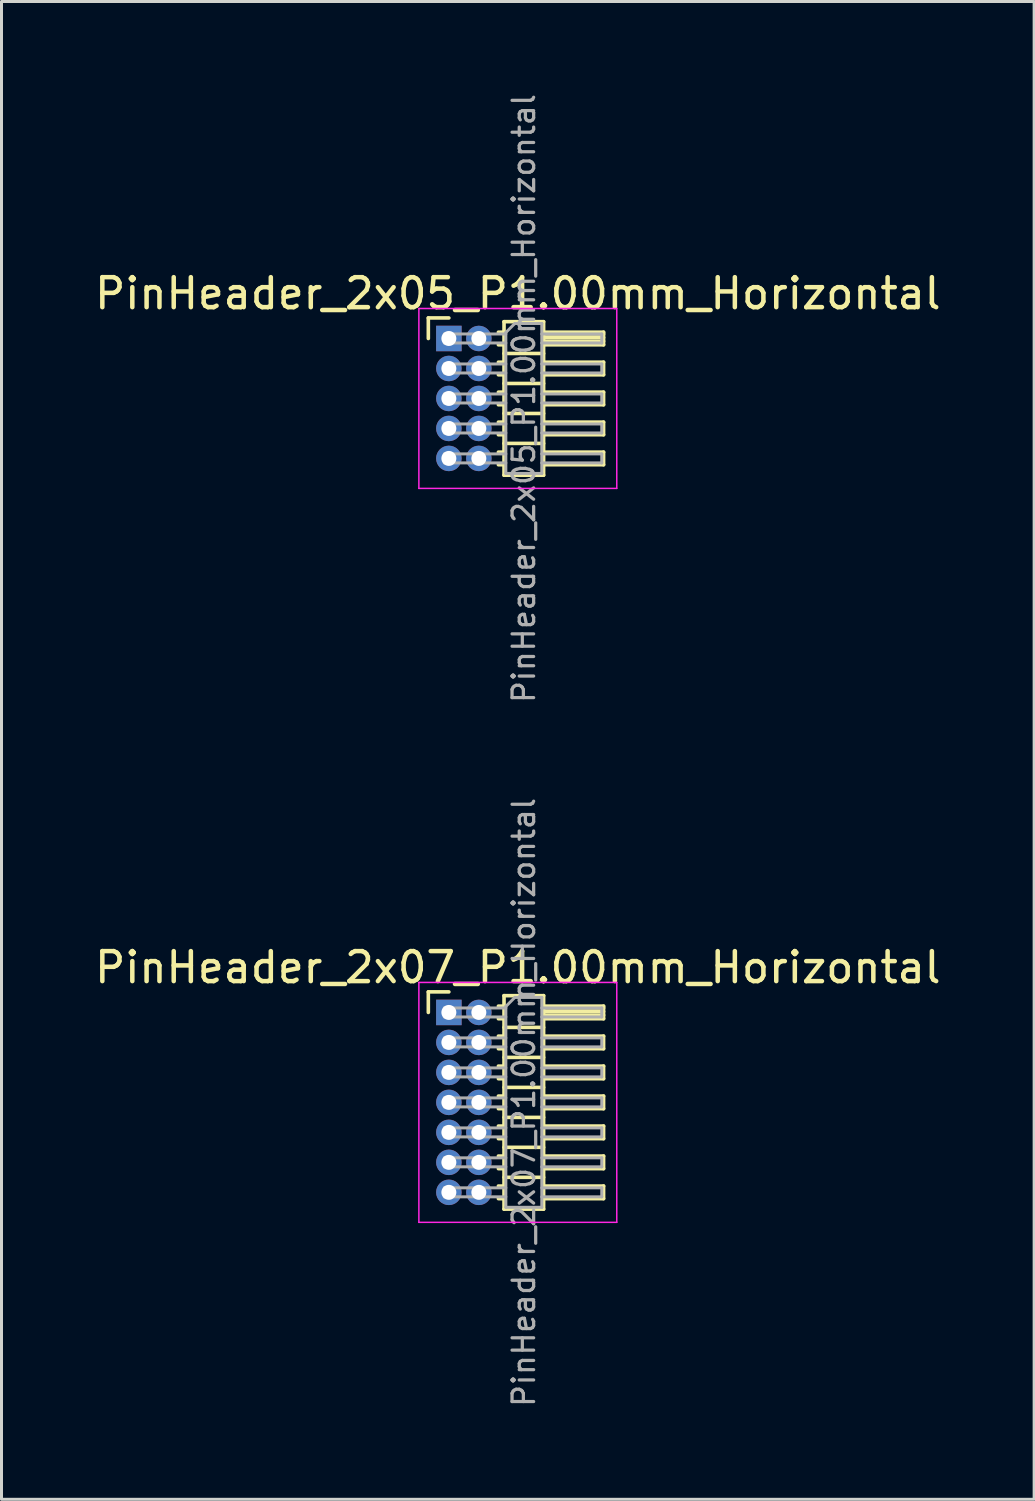
<source format=kicad_pcb>
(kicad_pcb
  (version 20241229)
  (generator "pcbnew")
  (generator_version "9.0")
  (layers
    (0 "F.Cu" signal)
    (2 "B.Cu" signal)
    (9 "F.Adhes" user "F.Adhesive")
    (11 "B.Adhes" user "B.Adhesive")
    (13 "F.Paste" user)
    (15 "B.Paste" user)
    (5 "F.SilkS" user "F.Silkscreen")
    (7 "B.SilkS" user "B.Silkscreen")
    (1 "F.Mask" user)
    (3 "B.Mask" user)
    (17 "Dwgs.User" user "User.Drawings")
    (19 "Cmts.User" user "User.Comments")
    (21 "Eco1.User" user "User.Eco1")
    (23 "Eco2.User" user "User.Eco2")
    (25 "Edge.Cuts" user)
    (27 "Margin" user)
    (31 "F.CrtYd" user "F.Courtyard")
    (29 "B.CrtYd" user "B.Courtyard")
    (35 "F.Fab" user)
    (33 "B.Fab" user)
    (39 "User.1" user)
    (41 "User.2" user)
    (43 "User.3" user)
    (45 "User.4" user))
  (footprint "PinHeader_2x05_P1.00mm_Horizontal"
    (layer "F.Cu")
    (at 11.92 8.239)
    (property "Reference" "PinHeader_2x05_P1.00mm_Horizontal" (at 2.3 -1.5 0) (layer "F.SilkS") (effects (font (size 1 1) (thickness 0.15))))
    (attr through_hole)
    (fp_line (start -0.685 -0.685) (end 0 -0.685) (stroke (width 0.12) (type solid)) (layer "F.SilkS"))
    (fp_line (start -0.685 0) (end -0.685 -0.685) (stroke (width 0.12) (type solid)) (layer "F.SilkS"))
    (fp_line (start 1.652 -0.21) (end 1.84 -0.21) (stroke (width 0.12) (type solid)) (layer "F.SilkS"))
    (fp_line (start 1.652 0.21) (end 1.84 0.21) (stroke (width 0.12) (type solid)) (layer "F.SilkS"))
    (fp_line (start 1.652 0.79) (end 1.84 0.79) (stroke (width 0.12) (type solid)) (layer "F.SilkS"))
    (fp_line (start 1.652 1.21) (end 1.84 1.21) (stroke (width 0.12) (type solid)) (layer "F.SilkS"))
    (fp_line (start 1.652 1.79) (end 1.84 1.79) (stroke (width 0.12) (type solid)) (layer "F.SilkS"))
    (fp_line (start 1.652 2.21) (end 1.84 2.21) (stroke (width 0.12) (type solid)) (layer "F.SilkS"))
    (fp_line (start 1.652 2.79) (end 1.84 2.79) (stroke (width 0.12) (type solid)) (layer "F.SilkS"))
    (fp_line (start 1.652 3.21) (end 1.84 3.21) (stroke (width 0.12) (type solid)) (layer "F.SilkS"))
    (fp_line (start 1.652 3.79) (end 1.84 3.79) (stroke (width 0.12) (type solid)) (layer "F.SilkS"))
    (fp_line (start 1.652 4.21) (end 1.84 4.21) (stroke (width 0.12) (type solid)) (layer "F.SilkS"))
    (fp_line (start 1.84 -0.56) (end 1.84 4.56) (stroke (width 0.12) (type solid)) (layer "F.SilkS"))
    (fp_line (start 1.84 0.5) (end 3.16 0.5) (stroke (width 0.12) (type solid)) (layer "F.SilkS"))
    (fp_line (start 1.84 1.5) (end 3.16 1.5) (stroke (width 0.12) (type solid)) (layer "F.SilkS"))
    (fp_line (start 1.84 2.5) (end 3.16 2.5) (stroke (width 0.12) (type solid)) (layer "F.SilkS"))
    (fp_line (start 1.84 3.5) (end 3.16 3.5) (stroke (width 0.12) (type solid)) (layer "F.SilkS"))
    (fp_line (start 1.84 4.56) (end 3.16 4.56) (stroke (width 0.12) (type solid)) (layer "F.SilkS"))
    (fp_line (start 3.16 -0.56) (end 1.84 -0.56) (stroke (width 0.12) (type solid)) (layer "F.SilkS"))
    (fp_line (start 3.16 -0.21) (end 5.16 -0.21) (stroke (width 0.12) (type solid)) (layer "F.SilkS"))
    (fp_line (start 3.16 -0.15) (end 5.16 -0.15) (stroke (width 0.12) (type solid)) (layer "F.SilkS"))
    (fp_line (start 3.16 -0.03) (end 5.16 -0.03) (stroke (width 0.12) (type solid)) (layer "F.SilkS"))
    (fp_line (start 3.16 0.09) (end 5.16 0.09) (stroke (width 0.12) (type solid)) (layer "F.SilkS"))
    (fp_line (start 3.16 0.79) (end 5.16 0.79) (stroke (width 0.12) (type solid)) (layer "F.SilkS"))
    (fp_line (start 3.16 1.79) (end 5.16 1.79) (stroke (width 0.12) (type solid)) (layer "F.SilkS"))
    (fp_line (start 3.16 2.79) (end 5.16 2.79) (stroke (width 0.12) (type solid)) (layer "F.SilkS"))
    (fp_line (start 3.16 3.79) (end 5.16 3.79) (stroke (width 0.12) (type solid)) (layer "F.SilkS"))
    (fp_line (start 3.16 4.56) (end 3.16 -0.56) (stroke (width 0.12) (type solid)) (layer "F.SilkS"))
    (fp_line (start 5.16 -0.21) (end 5.16 0.21) (stroke (width 0.12) (type solid)) (layer "F.SilkS"))
    (fp_line (start 5.16 0.21) (end 3.16 0.21) (stroke (width 0.12) (type solid)) (layer "F.SilkS"))
    (fp_line (start 5.16 0.79) (end 5.16 1.21) (stroke (width 0.12) (type solid)) (layer "F.SilkS"))
    (fp_line (start 5.16 1.21) (end 3.16 1.21) (stroke (width 0.12) (type solid)) (layer "F.SilkS"))
    (fp_line (start 5.16 1.79) (end 5.16 2.21) (stroke (width 0.12) (type solid)) (layer "F.SilkS"))
    (fp_line (start 5.16 2.21) (end 3.16 2.21) (stroke (width 0.12) (type solid)) (layer "F.SilkS"))
    (fp_line (start 5.16 2.79) (end 5.16 3.21) (stroke (width 0.12) (type solid)) (layer "F.SilkS"))
    (fp_line (start 5.16 3.21) (end 3.16 3.21) (stroke (width 0.12) (type solid)) (layer "F.SilkS"))
    (fp_line (start 5.16 3.79) (end 5.16 4.21) (stroke (width 0.12) (type solid)) (layer "F.SilkS"))
    (fp_line (start 5.16 4.21) (end 3.16 4.21) (stroke (width 0.12) (type solid)) (layer "F.SilkS"))
    (fp_line (start -1 -1) (end -1 5) (stroke (width 0.05) (type solid)) (layer "F.CrtYd"))
    (fp_line (start -1 5) (end 5.6 5) (stroke (width 0.05) (type solid)) (layer "F.CrtYd"))
    (fp_line (start 5.6 -1) (end -1 -1) (stroke (width 0.05) (type solid)) (layer "F.CrtYd"))
    (fp_line (start 5.6 5) (end 5.6 -1) (stroke (width 0.05) (type solid)) (layer "F.CrtYd"))
    (fp_line (start -0.15 -0.15) (end -0.15 0.15) (stroke (width 0.1) (type solid)) (layer "F.Fab"))
    (fp_line (start -0.15 -0.15) (end 1.9 -0.15) (stroke (width 0.1) (type solid)) (layer "F.Fab"))
    (fp_line (start -0.15 0.15) (end 1.9 0.15) (stroke (width 0.1) (type solid)) (layer "F.Fab"))
    (fp_line (start -0.15 0.85) (end -0.15 1.15) (stroke (width 0.1) (type solid)) (layer "F.Fab"))
    (fp_line (start -0.15 0.85) (end 1.9 0.85) (stroke (width 0.1) (type solid)) (layer "F.Fab"))
    (fp_line (start -0.15 1.15) (end 1.9 1.15) (stroke (width 0.1) (type solid)) (layer "F.Fab"))
    (fp_line (start -0.15 1.85) (end -0.15 2.15) (stroke (width 0.1) (type solid)) (layer "F.Fab"))
    (fp_line (start -0.15 1.85) (end 1.9 1.85) (stroke (width 0.1) (type solid)) (layer "F.Fab"))
    (fp_line (start -0.15 2.15) (end 1.9 2.15) (stroke (width 0.1) (type solid)) (layer "F.Fab"))
    (fp_line (start -0.15 2.85) (end -0.15 3.15) (stroke (width 0.1) (type solid)) (layer "F.Fab"))
    (fp_line (start -0.15 2.85) (end 1.9 2.85) (stroke (width 0.1) (type solid)) (layer "F.Fab"))
    (fp_line (start -0.15 3.15) (end 1.9 3.15) (stroke (width 0.1) (type solid)) (layer "F.Fab"))
    (fp_line (start -0.15 3.85) (end -0.15 4.15) (stroke (width 0.1) (type solid)) (layer "F.Fab"))
    (fp_line (start -0.15 3.85) (end 1.9 3.85) (stroke (width 0.1) (type solid)) (layer "F.Fab"))
    (fp_line (start -0.15 4.15) (end 1.9 4.15) (stroke (width 0.1) (type solid)) (layer "F.Fab"))
    (fp_line (start 1.9 -0.2) (end 2.2 -0.5) (stroke (width 0.1) (type solid)) (layer "F.Fab"))
    (fp_line (start 1.9 4.5) (end 1.9 -0.2) (stroke (width 0.1) (type solid)) (layer "F.Fab"))
    (fp_line (start 2.2 -0.5) (end 3.1 -0.5) (stroke (width 0.1) (type solid)) (layer "F.Fab"))
    (fp_line (start 3.1 -0.5) (end 3.1 4.5) (stroke (width 0.1) (type solid)) (layer "F.Fab"))
    (fp_line (start 3.1 -0.15) (end 5.1 -0.15) (stroke (width 0.1) (type solid)) (layer "F.Fab"))
    (fp_line (start 3.1 0.15) (end 5.1 0.15) (stroke (width 0.1) (type solid)) (layer "F.Fab"))
    (fp_line (start 3.1 0.85) (end 5.1 0.85) (stroke (width 0.1) (type solid)) (layer "F.Fab"))
    (fp_line (start 3.1 1.15) (end 5.1 1.15) (stroke (width 0.1) (type solid)) (layer "F.Fab"))
    (fp_line (start 3.1 1.85) (end 5.1 1.85) (stroke (width 0.1) (type solid)) (layer "F.Fab"))
    (fp_line (start 3.1 2.15) (end 5.1 2.15) (stroke (width 0.1) (type solid)) (layer "F.Fab"))
    (fp_line (start 3.1 2.85) (end 5.1 2.85) (stroke (width 0.1) (type solid)) (layer "F.Fab"))
    (fp_line (start 3.1 3.15) (end 5.1 3.15) (stroke (width 0.1) (type solid)) (layer "F.Fab"))
    (fp_line (start 3.1 3.85) (end 5.1 3.85) (stroke (width 0.1) (type solid)) (layer "F.Fab"))
    (fp_line (start 3.1 4.15) (end 5.1 4.15) (stroke (width 0.1) (type solid)) (layer "F.Fab"))
    (fp_line (start 3.1 4.5) (end 1.9 4.5) (stroke (width 0.1) (type solid)) (layer "F.Fab"))
    (fp_line (start 5.1 -0.15) (end 5.1 0.15) (stroke (width 0.1) (type solid)) (layer "F.Fab"))
    (fp_line (start 5.1 0.85) (end 5.1 1.15) (stroke (width 0.1) (type solid)) (layer "F.Fab"))
    (fp_line (start 5.1 1.85) (end 5.1 2.15) (stroke (width 0.1) (type solid)) (layer "F.Fab"))
    (fp_line (start 5.1 2.85) (end 5.1 3.15) (stroke (width 0.1) (type solid)) (layer "F.Fab"))
    (fp_line (start 5.1 3.85) (end 5.1 4.15) (stroke (width 0.1) (type solid)) (layer "F.Fab"))
    (fp_text user "${REFERENCE}" (at 2.5 2 90) (layer "F.Fab") (effects (font (size 0.72 0.72) (thickness 0.108))))
    (pad "1" thru_hole rect (at 0 0) (size 0.85 0.85) (drill 0.5) (layers "*.Cu" "*.Mask"))
    (pad "2" thru_hole oval (at 1 0) (size 0.85 0.85) (drill 0.5) (layers "*.Cu" "*.Mask"))
    (pad "3" thru_hole oval (at 0 1) (size 0.85 0.85) (drill 0.5) (layers "*.Cu" "*.Mask"))
    (pad "4" thru_hole oval (at 1 1) (size 0.85 0.85) (drill 0.5) (layers "*.Cu" "*.Mask"))
    (pad "5" thru_hole oval (at 0 2) (size 0.85 0.85) (drill 0.5) (layers "*.Cu" "*.Mask"))
    (pad "6" thru_hole oval (at 1 2) (size 0.85 0.85) (drill 0.5) (layers "*.Cu" "*.Mask"))
    (pad "7" thru_hole oval (at 0 3) (size 0.85 0.85) (drill 0.5) (layers "*.Cu" "*.Mask"))
    (pad "8" thru_hole oval (at 1 3) (size 0.85 0.85) (drill 0.5) (layers "*.Cu" "*.Mask"))
    (pad "9" thru_hole oval (at 0 4) (size 0.85 0.85) (drill 0.5) (layers "*.Cu" "*.Mask"))
    (pad "10" thru_hole oval (at 1 4) (size 0.85 0.85) (drill 0.5) (layers "*.Cu" "*.Mask")))
  (footprint "PinHeader_2x07_P1.00mm_Horizontal"
    (layer "F.Cu")
    (at 11.92 30.716)
    (property "Reference" "PinHeader_2x07_P1.00mm_Horizontal" (at 2.3 -1.5 0) (layer "F.SilkS") (effects (font (size 1 1) (thickness 0.15))))
    (attr through_hole)
    (fp_line (start -0.685 -0.685) (end 0 -0.685) (stroke (width 0.12) (type solid)) (layer "F.SilkS"))
    (fp_line (start -0.685 0) (end -0.685 -0.685) (stroke (width 0.12) (type solid)) (layer "F.SilkS"))
    (fp_line (start 1.652 -0.21) (end 1.84 -0.21) (stroke (width 0.12) (type solid)) (layer "F.SilkS"))
    (fp_line (start 1.652 0.21) (end 1.84 0.21) (stroke (width 0.12) (type solid)) (layer "F.SilkS"))
    (fp_line (start 1.652 0.79) (end 1.84 0.79) (stroke (width 0.12) (type solid)) (layer "F.SilkS"))
    (fp_line (start 1.652 1.21) (end 1.84 1.21) (stroke (width 0.12) (type solid)) (layer "F.SilkS"))
    (fp_line (start 1.652 1.79) (end 1.84 1.79) (stroke (width 0.12) (type solid)) (layer "F.SilkS"))
    (fp_line (start 1.652 2.21) (end 1.84 2.21) (stroke (width 0.12) (type solid)) (layer "F.SilkS"))
    (fp_line (start 1.652 2.79) (end 1.84 2.79) (stroke (width 0.12) (type solid)) (layer "F.SilkS"))
    (fp_line (start 1.652 3.21) (end 1.84 3.21) (stroke (width 0.12) (type solid)) (layer "F.SilkS"))
    (fp_line (start 1.652 3.79) (end 1.84 3.79) (stroke (width 0.12) (type solid)) (layer "F.SilkS"))
    (fp_line (start 1.652 4.21) (end 1.84 4.21) (stroke (width 0.12) (type solid)) (layer "F.SilkS"))
    (fp_line (start 1.652 4.79) (end 1.84 4.79) (stroke (width 0.12) (type solid)) (layer "F.SilkS"))
    (fp_line (start 1.652 5.21) (end 1.84 5.21) (stroke (width 0.12) (type solid)) (layer "F.SilkS"))
    (fp_line (start 1.652 5.79) (end 1.84 5.79) (stroke (width 0.12) (type solid)) (layer "F.SilkS"))
    (fp_line (start 1.652 6.21) (end 1.84 6.21) (stroke (width 0.12) (type solid)) (layer "F.SilkS"))
    (fp_line (start 1.84 -0.56) (end 1.84 6.56) (stroke (width 0.12) (type solid)) (layer "F.SilkS"))
    (fp_line (start 1.84 0.5) (end 3.16 0.5) (stroke (width 0.12) (type solid)) (layer "F.SilkS"))
    (fp_line (start 1.84 1.5) (end 3.16 1.5) (stroke (width 0.12) (type solid)) (layer "F.SilkS"))
    (fp_line (start 1.84 2.5) (end 3.16 2.5) (stroke (width 0.12) (type solid)) (layer "F.SilkS"))
    (fp_line (start 1.84 3.5) (end 3.16 3.5) (stroke (width 0.12) (type solid)) (layer "F.SilkS"))
    (fp_line (start 1.84 4.5) (end 3.16 4.5) (stroke (width 0.12) (type solid)) (layer "F.SilkS"))
    (fp_line (start 1.84 5.5) (end 3.16 5.5) (stroke (width 0.12) (type solid)) (layer "F.SilkS"))
    (fp_line (start 1.84 6.56) (end 3.16 6.56) (stroke (width 0.12) (type solid)) (layer "F.SilkS"))
    (fp_line (start 3.16 -0.56) (end 1.84 -0.56) (stroke (width 0.12) (type solid)) (layer "F.SilkS"))
    (fp_line (start 3.16 -0.21) (end 5.16 -0.21) (stroke (width 0.12) (type solid)) (layer "F.SilkS"))
    (fp_line (start 3.16 -0.15) (end 5.16 -0.15) (stroke (width 0.12) (type solid)) (layer "F.SilkS"))
    (fp_line (start 3.16 -0.03) (end 5.16 -0.03) (stroke (width 0.12) (type solid)) (layer "F.SilkS"))
    (fp_line (start 3.16 0.09) (end 5.16 0.09) (stroke (width 0.12) (type solid)) (layer "F.SilkS"))
    (fp_line (start 3.16 0.79) (end 5.16 0.79) (stroke (width 0.12) (type solid)) (layer "F.SilkS"))
    (fp_line (start 3.16 1.79) (end 5.16 1.79) (stroke (width 0.12) (type solid)) (layer "F.SilkS"))
    (fp_line (start 3.16 2.79) (end 5.16 2.79) (stroke (width 0.12) (type solid)) (layer "F.SilkS"))
    (fp_line (start 3.16 3.79) (end 5.16 3.79) (stroke (width 0.12) (type solid)) (layer "F.SilkS"))
    (fp_line (start 3.16 4.79) (end 5.16 4.79) (stroke (width 0.12) (type solid)) (layer "F.SilkS"))
    (fp_line (start 3.16 5.79) (end 5.16 5.79) (stroke (width 0.12) (type solid)) (layer "F.SilkS"))
    (fp_line (start 3.16 6.56) (end 3.16 -0.56) (stroke (width 0.12) (type solid)) (layer "F.SilkS"))
    (fp_line (start 5.16 -0.21) (end 5.16 0.21) (stroke (width 0.12) (type solid)) (layer "F.SilkS"))
    (fp_line (start 5.16 0.21) (end 3.16 0.21) (stroke (width 0.12) (type solid)) (layer "F.SilkS"))
    (fp_line (start 5.16 0.79) (end 5.16 1.21) (stroke (width 0.12) (type solid)) (layer "F.SilkS"))
    (fp_line (start 5.16 1.21) (end 3.16 1.21) (stroke (width 0.12) (type solid)) (layer "F.SilkS"))
    (fp_line (start 5.16 1.79) (end 5.16 2.21) (stroke (width 0.12) (type solid)) (layer "F.SilkS"))
    (fp_line (start 5.16 2.21) (end 3.16 2.21) (stroke (width 0.12) (type solid)) (layer "F.SilkS"))
    (fp_line (start 5.16 2.79) (end 5.16 3.21) (stroke (width 0.12) (type solid)) (layer "F.SilkS"))
    (fp_line (start 5.16 3.21) (end 3.16 3.21) (stroke (width 0.12) (type solid)) (layer "F.SilkS"))
    (fp_line (start 5.16 3.79) (end 5.16 4.21) (stroke (width 0.12) (type solid)) (layer "F.SilkS"))
    (fp_line (start 5.16 4.21) (end 3.16 4.21) (stroke (width 0.12) (type solid)) (layer "F.SilkS"))
    (fp_line (start 5.16 4.79) (end 5.16 5.21) (stroke (width 0.12) (type solid)) (layer "F.SilkS"))
    (fp_line (start 5.16 5.21) (end 3.16 5.21) (stroke (width 0.12) (type solid)) (layer "F.SilkS"))
    (fp_line (start 5.16 5.79) (end 5.16 6.21) (stroke (width 0.12) (type solid)) (layer "F.SilkS"))
    (fp_line (start 5.16 6.21) (end 3.16 6.21) (stroke (width 0.12) (type solid)) (layer "F.SilkS"))
    (fp_line (start -1 -1) (end -1 7) (stroke (width 0.05) (type solid)) (layer "F.CrtYd"))
    (fp_line (start -1 7) (end 5.6 7) (stroke (width 0.05) (type solid)) (layer "F.CrtYd"))
    (fp_line (start 5.6 -1) (end -1 -1) (stroke (width 0.05) (type solid)) (layer "F.CrtYd"))
    (fp_line (start 5.6 7) (end 5.6 -1) (stroke (width 0.05) (type solid)) (layer "F.CrtYd"))
    (fp_line (start -0.15 -0.15) (end -0.15 0.15) (stroke (width 0.1) (type solid)) (layer "F.Fab"))
    (fp_line (start -0.15 -0.15) (end 1.9 -0.15) (stroke (width 0.1) (type solid)) (layer "F.Fab"))
    (fp_line (start -0.15 0.15) (end 1.9 0.15) (stroke (width 0.1) (type solid)) (layer "F.Fab"))
    (fp_line (start -0.15 0.85) (end -0.15 1.15) (stroke (width 0.1) (type solid)) (layer "F.Fab"))
    (fp_line (start -0.15 0.85) (end 1.9 0.85) (stroke (width 0.1) (type solid)) (layer "F.Fab"))
    (fp_line (start -0.15 1.15) (end 1.9 1.15) (stroke (width 0.1) (type solid)) (layer "F.Fab"))
    (fp_line (start -0.15 1.85) (end -0.15 2.15) (stroke (width 0.1) (type solid)) (layer "F.Fab"))
    (fp_line (start -0.15 1.85) (end 1.9 1.85) (stroke (width 0.1) (type solid)) (layer "F.Fab"))
    (fp_line (start -0.15 2.15) (end 1.9 2.15) (stroke (width 0.1) (type solid)) (layer "F.Fab"))
    (fp_line (start -0.15 2.85) (end -0.15 3.15) (stroke (width 0.1) (type solid)) (layer "F.Fab"))
    (fp_line (start -0.15 2.85) (end 1.9 2.85) (stroke (width 0.1) (type solid)) (layer "F.Fab"))
    (fp_line (start -0.15 3.15) (end 1.9 3.15) (stroke (width 0.1) (type solid)) (layer "F.Fab"))
    (fp_line (start -0.15 3.85) (end -0.15 4.15) (stroke (width 0.1) (type solid)) (layer "F.Fab"))
    (fp_line (start -0.15 3.85) (end 1.9 3.85) (stroke (width 0.1) (type solid)) (layer "F.Fab"))
    (fp_line (start -0.15 4.15) (end 1.9 4.15) (stroke (width 0.1) (type solid)) (layer "F.Fab"))
    (fp_line (start -0.15 4.85) (end -0.15 5.15) (stroke (width 0.1) (type solid)) (layer "F.Fab"))
    (fp_line (start -0.15 4.85) (end 1.9 4.85) (stroke (width 0.1) (type solid)) (layer "F.Fab"))
    (fp_line (start -0.15 5.15) (end 1.9 5.15) (stroke (width 0.1) (type solid)) (layer "F.Fab"))
    (fp_line (start -0.15 5.85) (end -0.15 6.15) (stroke (width 0.1) (type solid)) (layer "F.Fab"))
    (fp_line (start -0.15 5.85) (end 1.9 5.85) (stroke (width 0.1) (type solid)) (layer "F.Fab"))
    (fp_line (start -0.15 6.15) (end 1.9 6.15) (stroke (width 0.1) (type solid)) (layer "F.Fab"))
    (fp_line (start 1.9 -0.2) (end 2.2 -0.5) (stroke (width 0.1) (type solid)) (layer "F.Fab"))
    (fp_line (start 1.9 6.5) (end 1.9 -0.2) (stroke (width 0.1) (type solid)) (layer "F.Fab"))
    (fp_line (start 2.2 -0.5) (end 3.1 -0.5) (stroke (width 0.1) (type solid)) (layer "F.Fab"))
    (fp_line (start 3.1 -0.5) (end 3.1 6.5) (stroke (width 0.1) (type solid)) (layer "F.Fab"))
    (fp_line (start 3.1 -0.15) (end 5.1 -0.15) (stroke (width 0.1) (type solid)) (layer "F.Fab"))
    (fp_line (start 3.1 0.15) (end 5.1 0.15) (stroke (width 0.1) (type solid)) (layer "F.Fab"))
    (fp_line (start 3.1 0.85) (end 5.1 0.85) (stroke (width 0.1) (type solid)) (layer "F.Fab"))
    (fp_line (start 3.1 1.15) (end 5.1 1.15) (stroke (width 0.1) (type solid)) (layer "F.Fab"))
    (fp_line (start 3.1 1.85) (end 5.1 1.85) (stroke (width 0.1) (type solid)) (layer "F.Fab"))
    (fp_line (start 3.1 2.15) (end 5.1 2.15) (stroke (width 0.1) (type solid)) (layer "F.Fab"))
    (fp_line (start 3.1 2.85) (end 5.1 2.85) (stroke (width 0.1) (type solid)) (layer "F.Fab"))
    (fp_line (start 3.1 3.15) (end 5.1 3.15) (stroke (width 0.1) (type solid)) (layer "F.Fab"))
    (fp_line (start 3.1 3.85) (end 5.1 3.85) (stroke (width 0.1) (type solid)) (layer "F.Fab"))
    (fp_line (start 3.1 4.15) (end 5.1 4.15) (stroke (width 0.1) (type solid)) (layer "F.Fab"))
    (fp_line (start 3.1 4.85) (end 5.1 4.85) (stroke (width 0.1) (type solid)) (layer "F.Fab"))
    (fp_line (start 3.1 5.15) (end 5.1 5.15) (stroke (width 0.1) (type solid)) (layer "F.Fab"))
    (fp_line (start 3.1 5.85) (end 5.1 5.85) (stroke (width 0.1) (type solid)) (layer "F.Fab"))
    (fp_line (start 3.1 6.15) (end 5.1 6.15) (stroke (width 0.1) (type solid)) (layer "F.Fab"))
    (fp_line (start 3.1 6.5) (end 1.9 6.5) (stroke (width 0.1) (type solid)) (layer "F.Fab"))
    (fp_line (start 5.1 -0.15) (end 5.1 0.15) (stroke (width 0.1) (type solid)) (layer "F.Fab"))
    (fp_line (start 5.1 0.85) (end 5.1 1.15) (stroke (width 0.1) (type solid)) (layer "F.Fab"))
    (fp_line (start 5.1 1.85) (end 5.1 2.15) (stroke (width 0.1) (type solid)) (layer "F.Fab"))
    (fp_line (start 5.1 2.85) (end 5.1 3.15) (stroke (width 0.1) (type solid)) (layer "F.Fab"))
    (fp_line (start 5.1 3.85) (end 5.1 4.15) (stroke (width 0.1) (type solid)) (layer "F.Fab"))
    (fp_line (start 5.1 4.85) (end 5.1 5.15) (stroke (width 0.1) (type solid)) (layer "F.Fab"))
    (fp_line (start 5.1 5.85) (end 5.1 6.15) (stroke (width 0.1) (type solid)) (layer "F.Fab"))
    (fp_text user "${REFERENCE}" (at 2.5 3 90) (layer "F.Fab") (effects (font (size 0.72 0.72) (thickness 0.108))))
    (pad "1" thru_hole rect (at 0 0) (size 0.85 0.85) (drill 0.5) (layers "*.Cu" "*.Mask"))
    (pad "2" thru_hole oval (at 1 0) (size 0.85 0.85) (drill 0.5) (layers "*.Cu" "*.Mask"))
    (pad "3" thru_hole oval (at 0 1) (size 0.85 0.85) (drill 0.5) (layers "*.Cu" "*.Mask"))
    (pad "4" thru_hole oval (at 1 1) (size 0.85 0.85) (drill 0.5) (layers "*.Cu" "*.Mask"))
    (pad "5" thru_hole oval (at 0 2) (size 0.85 0.85) (drill 0.5) (layers "*.Cu" "*.Mask"))
    (pad "6" thru_hole oval (at 1 2) (size 0.85 0.85) (drill 0.5) (layers "*.Cu" "*.Mask"))
    (pad "7" thru_hole oval (at 0 3) (size 0.85 0.85) (drill 0.5) (layers "*.Cu" "*.Mask"))
    (pad "8" thru_hole oval (at 1 3) (size 0.85 0.85) (drill 0.5) (layers "*.Cu" "*.Mask"))
    (pad "9" thru_hole oval (at 0 4) (size 0.85 0.85) (drill 0.5) (layers "*.Cu" "*.Mask"))
    (pad "10" thru_hole oval (at 1 4) (size 0.85 0.85) (drill 0.5) (layers "*.Cu" "*.Mask"))
    (pad "11" thru_hole oval (at 0 5) (size 0.85 0.85) (drill 0.5) (layers "*.Cu" "*.Mask"))
    (pad "12" thru_hole oval (at 1 5) (size 0.85 0.85) (drill 0.5) (layers "*.Cu" "*.Mask"))
    (pad "13" thru_hole oval (at 0 6) (size 0.85 0.85) (drill 0.5) (layers "*.Cu" "*.Mask"))
    (pad "14" thru_hole oval (at 1 6) (size 0.85 0.85) (drill 0.5) (layers "*.Cu" "*.Mask")))
  (gr_rect
    (start -3 -3)
    (end 31.44 46.954)
    (stroke (width 0.1) (type default))
    (fill no)
    (layer "Edge.Cuts")))
</source>
